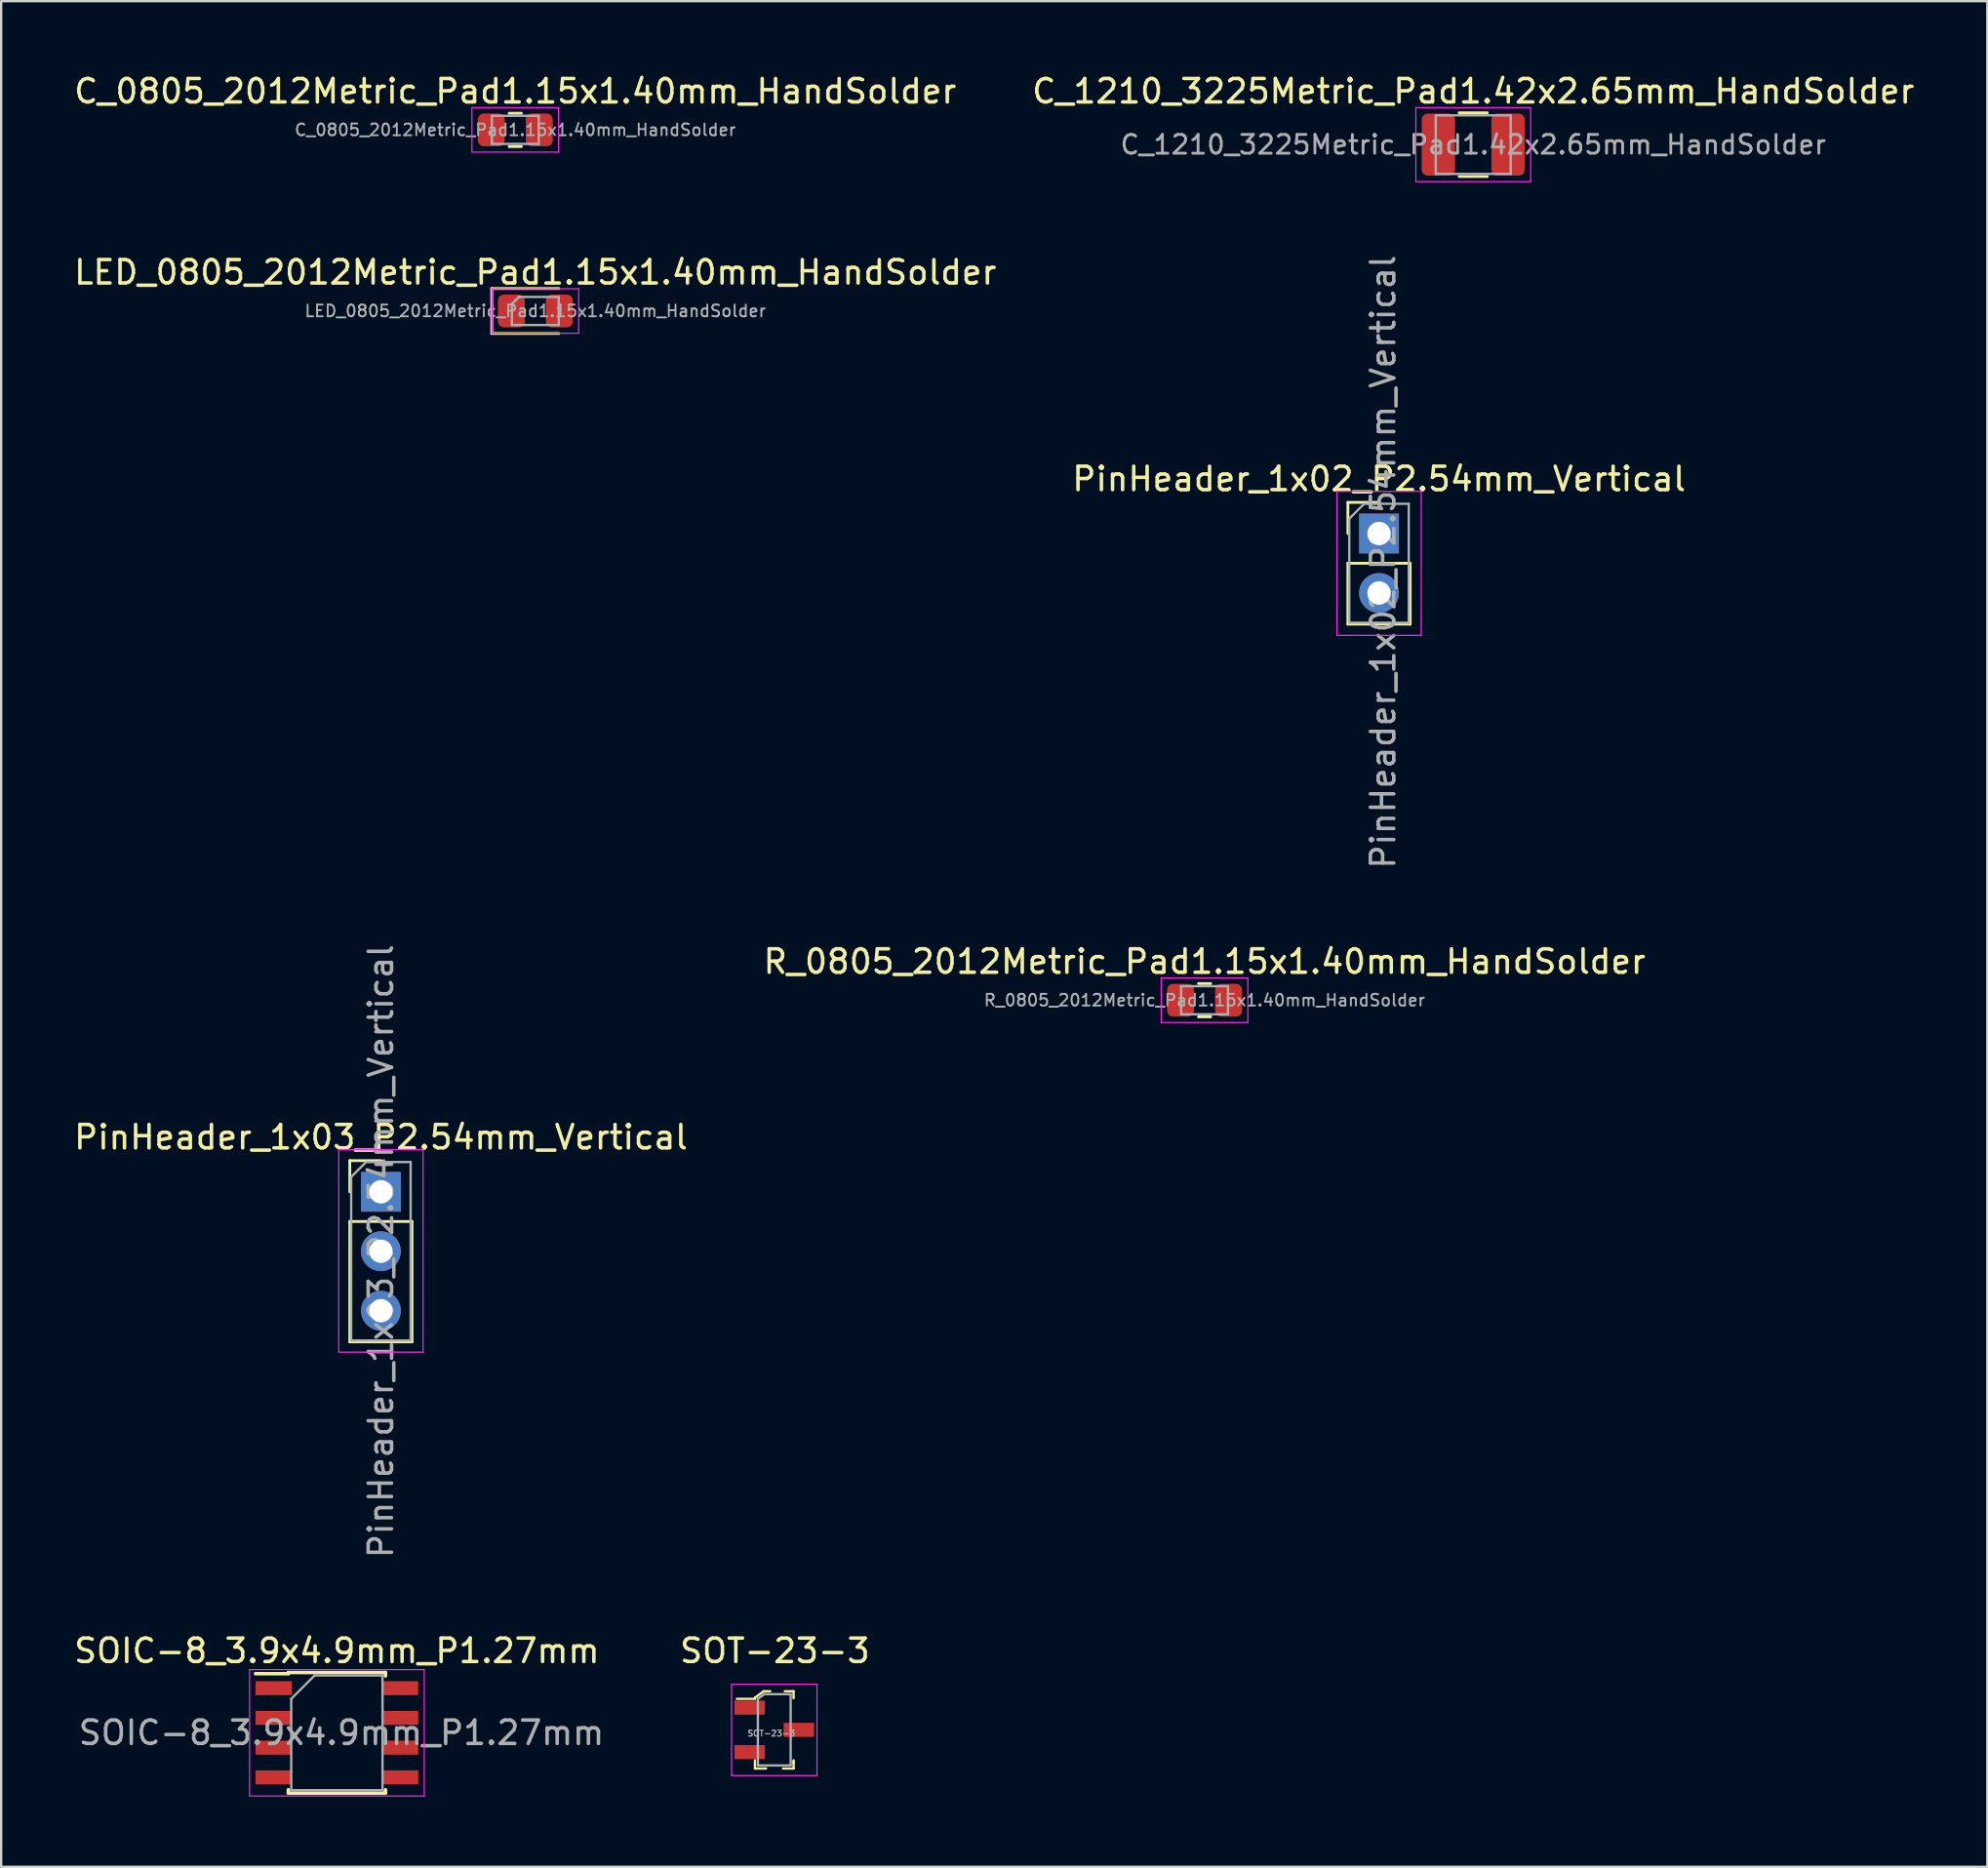
<source format=kicad_pcb>
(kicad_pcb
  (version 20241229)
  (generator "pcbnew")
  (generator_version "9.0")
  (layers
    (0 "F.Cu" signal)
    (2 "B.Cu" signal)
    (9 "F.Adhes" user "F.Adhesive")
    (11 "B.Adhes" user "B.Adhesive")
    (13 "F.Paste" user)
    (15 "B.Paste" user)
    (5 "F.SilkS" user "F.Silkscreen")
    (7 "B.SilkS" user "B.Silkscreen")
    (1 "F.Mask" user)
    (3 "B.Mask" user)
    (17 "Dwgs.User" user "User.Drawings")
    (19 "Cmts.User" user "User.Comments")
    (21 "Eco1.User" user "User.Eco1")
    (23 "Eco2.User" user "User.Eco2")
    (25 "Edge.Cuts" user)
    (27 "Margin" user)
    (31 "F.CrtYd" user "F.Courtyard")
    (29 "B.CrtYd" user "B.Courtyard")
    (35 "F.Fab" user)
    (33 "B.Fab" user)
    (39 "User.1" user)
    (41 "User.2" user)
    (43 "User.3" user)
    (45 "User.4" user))
  (footprint "SOT-23-3"
    (layer "F.Cu")
    (at 30.021 70.837)
    (property "Reference" "SOT-23-3" (at 0.025 -3.375 0) (layer "F.SilkS") (effects (font (size 1 1) (thickness 0.15))))
    (attr through_hole)
    (fp_line (start -0.825 -1.375) (end -0.825 -1.325) (stroke (width 0.1) (type solid)) (layer "F.SilkS"))
    (fp_line (start -0.825 -1.325) (end -1.6 -1.325) (stroke (width 0.1) (type solid)) (layer "F.SilkS"))
    (fp_line (start -0.825 1.65) (end -0.825 1.3) (stroke (width 0.1) (type solid)) (layer "F.SilkS"))
    (fp_line (start -0.45 -1.65) (end -0.825 -1.375) (stroke (width 0.1) (type solid)) (layer "F.SilkS"))
    (fp_line (start -0.35 1.65) (end -0.825 1.65) (stroke (width 0.1) (type solid)) (layer "F.SilkS"))
    (fp_line (start -0.175 -1.65) (end -0.45 -1.65) (stroke (width 0.1) (type solid)) (layer "F.SilkS"))
    (fp_line (start 0.45 -1.65) (end 0.825 -1.65) (stroke (width 0.1) (type solid)) (layer "F.SilkS"))
    (fp_line (start 0.825 -1.65) (end 0.825 -1.35) (stroke (width 0.1) (type solid)) (layer "F.SilkS"))
    (fp_line (start 0.825 1.35) (end 0.825 1.65) (stroke (width 0.1) (type solid)) (layer "F.SilkS"))
    (fp_line (start 0.825 1.425) (end 0.825 1.3) (stroke (width 0.1) (type solid)) (layer "F.SilkS"))
    (fp_line (start 0.825 1.65) (end 0.375 1.65) (stroke (width 0.1) (type solid)) (layer "F.SilkS"))
    (fp_line (start -1.825 -1.95) (end -1.825 1.95) (stroke (width 0.05) (type solid)) (layer "F.CrtYd"))
    (fp_line (start -1.825 -1.95) (end 1.825 -1.95) (stroke (width 0.05) (type solid)) (layer "F.CrtYd"))
    (fp_line (start 1.825 -1.95) (end 1.825 1.95) (stroke (width 0.05) (type solid)) (layer "F.CrtYd"))
    (fp_line (start 1.825 1.95) (end -1.825 1.95) (stroke (width 0.05) (type solid)) (layer "F.CrtYd"))
    (fp_line (start -0.7 -1.325) (end -0.7 1.525) (stroke (width 0.1) (type solid)) (layer "F.Fab"))
    (fp_line (start -0.7 1.52) (end 0.7 1.52) (stroke (width 0.1) (type solid)) (layer "F.Fab"))
    (fp_line (start -0.425 -1.525) (end -0.7 -1.325) (stroke (width 0.1) (type solid)) (layer "F.Fab"))
    (fp_line (start -0.425 -1.525) (end 0.7 -1.525) (stroke (width 0.1) (type solid)) (layer "F.Fab"))
    (fp_line (start 0.7 1.52) (end 0.7 -1.52) (stroke (width 0.1) (type solid)) (layer "F.Fab"))
    (fp_text user "${REFERENCE}" (at -0.125 0.15 0) (layer "F.Fab") (effects (font (size 0.25 0.25) (thickness 0.05))))
    (pad "1" smd rect (at -1.05 -0.95) (size 1.3 0.6) (layers "F.Cu" "F.Mask" "F.Paste"))
    (pad "2" smd rect (at -1.05 0.95) (size 1.3 0.6) (layers "F.Cu" "F.Mask" "F.Paste"))
    (pad "3" smd rect (at 1.05 0) (size 1.3 0.6) (layers "F.Cu" "F.Mask" "F.Paste")))
  (footprint "R_0805_2012Metric_Pad1.15x1.40mm_HandSolder"
    (layer "F.Cu")
    (at 48.399 39.672)
    (property "Reference" "R_0805_2012Metric_Pad1.15x1.40mm_HandSolder" (at 0 -1.65 0) (layer "F.SilkS") (effects (font (size 1 1) (thickness 0.15))))
    (attr smd)
    (fp_line (start -0.261 -0.71) (end 0.261 -0.71) (stroke (width 0.12) (type solid)) (layer "F.SilkS"))
    (fp_line (start -0.261 0.71) (end 0.261 0.71) (stroke (width 0.12) (type solid)) (layer "F.SilkS"))
    (fp_line (start -1.85 -0.95) (end 1.85 -0.95) (stroke (width 0.05) (type solid)) (layer "F.CrtYd"))
    (fp_line (start -1.85 0.95) (end -1.85 -0.95) (stroke (width 0.05) (type solid)) (layer "F.CrtYd"))
    (fp_line (start 1.85 -0.95) (end 1.85 0.95) (stroke (width 0.05) (type solid)) (layer "F.CrtYd"))
    (fp_line (start 1.85 0.95) (end -1.85 0.95) (stroke (width 0.05) (type solid)) (layer "F.CrtYd"))
    (fp_line (start -1 -0.6) (end 1 -0.6) (stroke (width 0.1) (type solid)) (layer "F.Fab"))
    (fp_line (start -1 0.6) (end -1 -0.6) (stroke (width 0.1) (type solid)) (layer "F.Fab"))
    (fp_line (start 1 -0.6) (end 1 0.6) (stroke (width 0.1) (type solid)) (layer "F.Fab"))
    (fp_line (start 1 0.6) (end -1 0.6) (stroke (width 0.1) (type solid)) (layer "F.Fab"))
    (fp_text user "${REFERENCE}" (at 0 0 0) (layer "F.Fab") (effects (font (size 0.5 0.5) (thickness 0.08))))
    (pad "1" smd roundrect (at -1.025 0) (size 1.15 1.4) (layers "F.Cu" "F.Mask" "F.Paste") (roundrect_rratio 0.217))
    (pad "2" smd roundrect (at 1.025 0) (size 1.15 1.4) (layers "F.Cu" "F.Mask" "F.Paste") (roundrect_rratio 0.217)))
  (footprint "SOIC-8_3.9x4.9mm_P1.27mm"
    (layer "F.Cu")
    (at 11.339 70.962)
    (property "Reference" "SOIC-8_3.9x4.9mm_P1.27mm" (at 0 -3.5 0) (layer "F.SilkS") (effects (font (size 1 1) (thickness 0.15))))
    (attr smd)
    (fp_line (start -2.075 -2.575) (end -2.075 -2.525) (stroke (width 0.15) (type solid)) (layer "F.SilkS"))
    (fp_line (start -2.075 -2.575) (end 2.075 -2.575) (stroke (width 0.15) (type solid)) (layer "F.SilkS"))
    (fp_line (start -2.075 -2.525) (end -3.475 -2.525) (stroke (width 0.15) (type solid)) (layer "F.SilkS"))
    (fp_line (start -2.075 2.575) (end -2.075 2.43) (stroke (width 0.15) (type solid)) (layer "F.SilkS"))
    (fp_line (start -2.075 2.575) (end 2.075 2.575) (stroke (width 0.15) (type solid)) (layer "F.SilkS"))
    (fp_line (start 2.075 -2.575) (end 2.075 -2.43) (stroke (width 0.15) (type solid)) (layer "F.SilkS"))
    (fp_line (start 2.075 2.575) (end 2.075 2.43) (stroke (width 0.15) (type solid)) (layer "F.SilkS"))
    (fp_line (start -3.73 -2.7) (end -3.73 2.7) (stroke (width 0.05) (type solid)) (layer "F.CrtYd"))
    (fp_line (start -3.73 -2.7) (end 3.73 -2.7) (stroke (width 0.05) (type solid)) (layer "F.CrtYd"))
    (fp_line (start -3.73 2.7) (end 3.73 2.7) (stroke (width 0.05) (type solid)) (layer "F.CrtYd"))
    (fp_line (start 3.73 -2.7) (end 3.73 2.7) (stroke (width 0.05) (type solid)) (layer "F.CrtYd"))
    (fp_line (start -1.95 -1.45) (end -0.95 -2.45) (stroke (width 0.1) (type solid)) (layer "F.Fab"))
    (fp_line (start -1.95 2.45) (end -1.95 -1.45) (stroke (width 0.1) (type solid)) (layer "F.Fab"))
    (fp_line (start -0.95 -2.45) (end 1.95 -2.45) (stroke (width 0.1) (type solid)) (layer "F.Fab"))
    (fp_line (start 1.95 -2.45) (end 1.95 2.45) (stroke (width 0.1) (type solid)) (layer "F.Fab"))
    (fp_line (start 1.95 2.45) (end -1.95 2.45) (stroke (width 0.1) (type solid)) (layer "F.Fab"))
    (fp_text user "${REFERENCE}" (at 0.195 0 0) (layer "F.Fab") (effects (font (size 1 1) (thickness 0.15))))
    (pad "1" smd rect (at -2.7 -1.905) (size 1.55 0.6) (layers "F.Cu" "F.Mask" "F.Paste"))
    (pad "2" smd rect (at -2.7 -0.635) (size 1.55 0.6) (layers "F.Cu" "F.Mask" "F.Paste"))
    (pad "3" smd rect (at -2.7 0.635) (size 1.55 0.6) (layers "F.Cu" "F.Mask" "F.Paste"))
    (pad "4" smd rect (at -2.7 1.905) (size 1.55 0.6) (layers "F.Cu" "F.Mask" "F.Paste"))
    (pad "5" smd rect (at 2.7 1.905) (size 1.55 0.6) (layers "F.Cu" "F.Mask" "F.Paste"))
    (pad "6" smd rect (at 2.7 0.635) (size 1.55 0.6) (layers "F.Cu" "F.Mask" "F.Paste"))
    (pad "7" smd rect (at 2.7 -0.635) (size 1.55 0.6) (layers "F.Cu" "F.Mask" "F.Paste"))
    (pad "8" smd rect (at 2.7 -1.905) (size 1.55 0.6) (layers "F.Cu" "F.Mask" "F.Paste")))
  (footprint "PinHeader_1x02_P2.54mm_Vertical"
    (layer "F.Cu")
    (at 55.851 19.738)
    (property "Reference" "PinHeader_1x02_P2.54mm_Vertical" (at 0 -2.33 0) (layer "F.SilkS") (effects (font (size 1 1) (thickness 0.15))))
    (attr through_hole)
    (fp_line (start -1.33 -1.33) (end 0 -1.33) (stroke (width 0.12) (type solid)) (layer "F.SilkS"))
    (fp_line (start -1.33 0) (end -1.33 -1.33) (stroke (width 0.12) (type solid)) (layer "F.SilkS"))
    (fp_line (start -1.33 1.27) (end -1.33 3.87) (stroke (width 0.12) (type solid)) (layer "F.SilkS"))
    (fp_line (start -1.33 1.27) (end 1.33 1.27) (stroke (width 0.12) (type solid)) (layer "F.SilkS"))
    (fp_line (start -1.33 3.87) (end 1.33 3.87) (stroke (width 0.12) (type solid)) (layer "F.SilkS"))
    (fp_line (start 1.33 1.27) (end 1.33 3.87) (stroke (width 0.12) (type solid)) (layer "F.SilkS"))
    (fp_line (start -1.8 -1.8) (end -1.8 4.35) (stroke (width 0.05) (type solid)) (layer "F.CrtYd"))
    (fp_line (start -1.8 4.35) (end 1.8 4.35) (stroke (width 0.05) (type solid)) (layer "F.CrtYd"))
    (fp_line (start 1.8 -1.8) (end -1.8 -1.8) (stroke (width 0.05) (type solid)) (layer "F.CrtYd"))
    (fp_line (start 1.8 4.35) (end 1.8 -1.8) (stroke (width 0.05) (type solid)) (layer "F.CrtYd"))
    (fp_line (start -1.27 -0.635) (end -0.635 -1.27) (stroke (width 0.1) (type solid)) (layer "F.Fab"))
    (fp_line (start -1.27 3.81) (end -1.27 -0.635) (stroke (width 0.1) (type solid)) (layer "F.Fab"))
    (fp_line (start -0.635 -1.27) (end 1.27 -1.27) (stroke (width 0.1) (type solid)) (layer "F.Fab"))
    (fp_line (start 1.27 -1.27) (end 1.27 3.81) (stroke (width 0.1) (type solid)) (layer "F.Fab"))
    (fp_line (start 1.27 3.81) (end -1.27 3.81) (stroke (width 0.1) (type solid)) (layer "F.Fab"))
    (fp_text user "${REFERENCE}" (at 0.175 1.215 90) (layer "F.Fab") (effects (font (size 1 1) (thickness 0.15))))
    (pad "1" thru_hole rect (at 0 0) (size 1.7 1.7) (drill 1) (layers "*.Cu" "*.Mask"))
    (pad "2" thru_hole oval (at 0 2.54) (size 1.7 1.7) (drill 1) (layers "*.Cu" "*.Mask")))
  (footprint "LED_0805_2012Metric_Pad1.15x1.40mm_HandSolder"
    (layer "F.Cu")
    (at 19.815 10.232)
    (property "Reference" "LED_0805_2012Metric_Pad1.15x1.40mm_HandSolder" (at 0 -1.65 0) (layer "F.SilkS") (effects (font (size 1 1) (thickness 0.15))))
    (attr smd)
    (fp_line (start -1.86 -0.96) (end -1.86 0.96) (stroke (width 0.12) (type solid)) (layer "F.SilkS"))
    (fp_line (start -1.86 0.96) (end 1 0.96) (stroke (width 0.12) (type solid)) (layer "F.SilkS"))
    (fp_line (start 1 -0.96) (end -1.86 -0.96) (stroke (width 0.12) (type solid)) (layer "F.SilkS"))
    (fp_line (start -1.85 -0.95) (end 1.85 -0.95) (stroke (width 0.05) (type solid)) (layer "F.CrtYd"))
    (fp_line (start -1.85 0.95) (end -1.85 -0.95) (stroke (width 0.05) (type solid)) (layer "F.CrtYd"))
    (fp_line (start 1.85 -0.95) (end 1.85 0.95) (stroke (width 0.05) (type solid)) (layer "F.CrtYd"))
    (fp_line (start 1.85 0.95) (end -1.85 0.95) (stroke (width 0.05) (type solid)) (layer "F.CrtYd"))
    (fp_line (start -1 -0.3) (end -1 0.6) (stroke (width 0.1) (type solid)) (layer "F.Fab"))
    (fp_line (start -1 0.6) (end 1 0.6) (stroke (width 0.1) (type solid)) (layer "F.Fab"))
    (fp_line (start -0.7 -0.6) (end -1 -0.3) (stroke (width 0.1) (type solid)) (layer "F.Fab"))
    (fp_line (start 1 -0.6) (end -0.7 -0.6) (stroke (width 0.1) (type solid)) (layer "F.Fab"))
    (fp_line (start 1 0.6) (end 1 -0.6) (stroke (width 0.1) (type solid)) (layer "F.Fab"))
    (fp_text user "${REFERENCE}" (at 0 0 0) (layer "F.Fab") (effects (font (size 0.5 0.5) (thickness 0.08))))
    (pad "1" smd roundrect (at -1.025 0) (size 1.15 1.4) (layers "F.Cu" "F.Mask" "F.Paste") (roundrect_rratio 0.217))
    (pad "2" smd roundrect (at 1.025 0) (size 1.15 1.4) (layers "F.Cu" "F.Mask" "F.Paste") (roundrect_rratio 0.217)))
  (footprint "PinHeader_1x03_P2.54mm_Vertical"
    (layer "F.Cu")
    (at 13.22 47.854)
    (property "Reference" "PinHeader_1x03_P2.54mm_Vertical" (at 0 -2.33 0) (layer "F.SilkS") (effects (font (size 1 1) (thickness 0.15))))
    (attr through_hole)
    (fp_line (start -1.33 -1.33) (end 0 -1.33) (stroke (width 0.12) (type solid)) (layer "F.SilkS"))
    (fp_line (start -1.33 0) (end -1.33 -1.33) (stroke (width 0.12) (type solid)) (layer "F.SilkS"))
    (fp_line (start -1.33 1.27) (end -1.33 6.41) (stroke (width 0.12) (type solid)) (layer "F.SilkS"))
    (fp_line (start -1.33 1.27) (end 1.33 1.27) (stroke (width 0.12) (type solid)) (layer "F.SilkS"))
    (fp_line (start -1.33 6.41) (end 1.33 6.41) (stroke (width 0.12) (type solid)) (layer "F.SilkS"))
    (fp_line (start 1.33 1.27) (end 1.33 6.41) (stroke (width 0.12) (type solid)) (layer "F.SilkS"))
    (fp_line (start -1.8 -1.8) (end -1.8 6.85) (stroke (width 0.05) (type solid)) (layer "F.CrtYd"))
    (fp_line (start -1.8 6.85) (end 1.8 6.85) (stroke (width 0.05) (type solid)) (layer "F.CrtYd"))
    (fp_line (start 1.8 -1.8) (end -1.8 -1.8) (stroke (width 0.05) (type solid)) (layer "F.CrtYd"))
    (fp_line (start 1.8 6.85) (end 1.8 -1.8) (stroke (width 0.05) (type solid)) (layer "F.CrtYd"))
    (fp_line (start -1.27 -0.635) (end -0.635 -1.27) (stroke (width 0.1) (type solid)) (layer "F.Fab"))
    (fp_line (start -1.27 6.35) (end -1.27 -0.635) (stroke (width 0.1) (type solid)) (layer "F.Fab"))
    (fp_line (start -0.635 -1.27) (end 1.27 -1.27) (stroke (width 0.1) (type solid)) (layer "F.Fab"))
    (fp_line (start 1.27 -1.27) (end 1.27 6.35) (stroke (width 0.1) (type solid)) (layer "F.Fab"))
    (fp_line (start 1.27 6.35) (end -1.27 6.35) (stroke (width 0.1) (type solid)) (layer "F.Fab"))
    (fp_text user "${REFERENCE}" (at 0 2.54 90) (layer "F.Fab") (effects (font (size 1 1) (thickness 0.15))))
    (pad "1" thru_hole rect (at 0 0) (size 1.7 1.7) (drill 1) (layers "*.Cu" "*.Mask"))
    (pad "2" thru_hole oval (at 0 2.54) (size 1.7 1.7) (drill 1) (layers "*.Cu" "*.Mask"))
    (pad "3" thru_hole oval (at 0 5.08) (size 1.7 1.7) (drill 1) (layers "*.Cu" "*.Mask")))
  (footprint "C_1210_3225Metric_Pad1.42x2.65mm_HandSolder"
    (layer "F.Cu")
    (at 59.875 3.128)
    (property "Reference" "C_1210_3225Metric_Pad1.42x2.65mm_HandSolder" (at 0 -2.28 0) (layer "F.SilkS") (effects (font (size 1 1) (thickness 0.15))))
    (attr smd)
    (fp_line (start -0.602 -1.36) (end 0.602 -1.36) (stroke (width 0.12) (type solid)) (layer "F.SilkS"))
    (fp_line (start -0.602 1.36) (end 0.602 1.36) (stroke (width 0.12) (type solid)) (layer "F.SilkS"))
    (fp_line (start -2.45 -1.58) (end 2.45 -1.58) (stroke (width 0.05) (type solid)) (layer "F.CrtYd"))
    (fp_line (start -2.45 1.58) (end -2.45 -1.58) (stroke (width 0.05) (type solid)) (layer "F.CrtYd"))
    (fp_line (start 2.45 -1.58) (end 2.45 1.58) (stroke (width 0.05) (type solid)) (layer "F.CrtYd"))
    (fp_line (start 2.45 1.58) (end -2.45 1.58) (stroke (width 0.05) (type solid)) (layer "F.CrtYd"))
    (fp_line (start -1.6 -1.25) (end 1.6 -1.25) (stroke (width 0.1) (type solid)) (layer "F.Fab"))
    (fp_line (start -1.6 1.25) (end -1.6 -1.25) (stroke (width 0.1) (type solid)) (layer "F.Fab"))
    (fp_line (start 1.6 -1.25) (end 1.6 1.25) (stroke (width 0.1) (type solid)) (layer "F.Fab"))
    (fp_line (start 1.6 1.25) (end -1.6 1.25) (stroke (width 0.1) (type solid)) (layer "F.Fab"))
    (fp_text user "${REFERENCE}" (at 0 0 0) (layer "F.Fab") (effects (font (size 0.8 0.8) (thickness 0.12))))
    (pad "1" smd roundrect (at -1.488 0) (size 1.425 2.65) (layers "F.Cu" "F.Mask" "F.Paste") (roundrect_rratio 0.175))
    (pad "2" smd roundrect (at 1.488 0) (size 1.425 2.65) (layers "F.Cu" "F.Mask" "F.Paste") (roundrect_rratio 0.175)))
  (footprint "C_0805_2012Metric_Pad1.15x1.40mm_HandSolder"
    (layer "F.Cu")
    (at 18.958 2.498)
    (property "Reference" "C_0805_2012Metric_Pad1.15x1.40mm_HandSolder" (at 0 -1.65 0) (layer "F.SilkS") (effects (font (size 1 1) (thickness 0.15))))
    (attr smd)
    (fp_line (start -0.261 -0.71) (end 0.261 -0.71) (stroke (width 0.12) (type solid)) (layer "F.SilkS"))
    (fp_line (start -0.261 0.71) (end 0.261 0.71) (stroke (width 0.12) (type solid)) (layer "F.SilkS"))
    (fp_line (start -1.85 -0.95) (end 1.85 -0.95) (stroke (width 0.05) (type solid)) (layer "F.CrtYd"))
    (fp_line (start -1.85 0.95) (end -1.85 -0.95) (stroke (width 0.05) (type solid)) (layer "F.CrtYd"))
    (fp_line (start 1.85 -0.95) (end 1.85 0.95) (stroke (width 0.05) (type solid)) (layer "F.CrtYd"))
    (fp_line (start 1.85 0.95) (end -1.85 0.95) (stroke (width 0.05) (type solid)) (layer "F.CrtYd"))
    (fp_line (start -1 -0.6) (end 1 -0.6) (stroke (width 0.1) (type solid)) (layer "F.Fab"))
    (fp_line (start -1 0.6) (end -1 -0.6) (stroke (width 0.1) (type solid)) (layer "F.Fab"))
    (fp_line (start 1 -0.6) (end 1 0.6) (stroke (width 0.1) (type solid)) (layer "F.Fab"))
    (fp_line (start 1 0.6) (end -1 0.6) (stroke (width 0.1) (type solid)) (layer "F.Fab"))
    (fp_text user "${REFERENCE}" (at 0 0 0) (layer "F.Fab") (effects (font (size 0.5 0.5) (thickness 0.08))))
    (pad "1" smd roundrect (at -1.025 0) (size 1.15 1.4) (layers "F.Cu" "F.Mask" "F.Paste") (roundrect_rratio 0.217))
    (pad "2" smd roundrect (at 1.025 0) (size 1.15 1.4) (layers "F.Cu" "F.Mask" "F.Paste") (roundrect_rratio 0.217)))
  (gr_rect
    (start -3 -3)
    (end 81.833 76.687)
    (stroke (width 0.1) (type default))
    (fill no)
    (layer "Edge.Cuts")))
</source>
